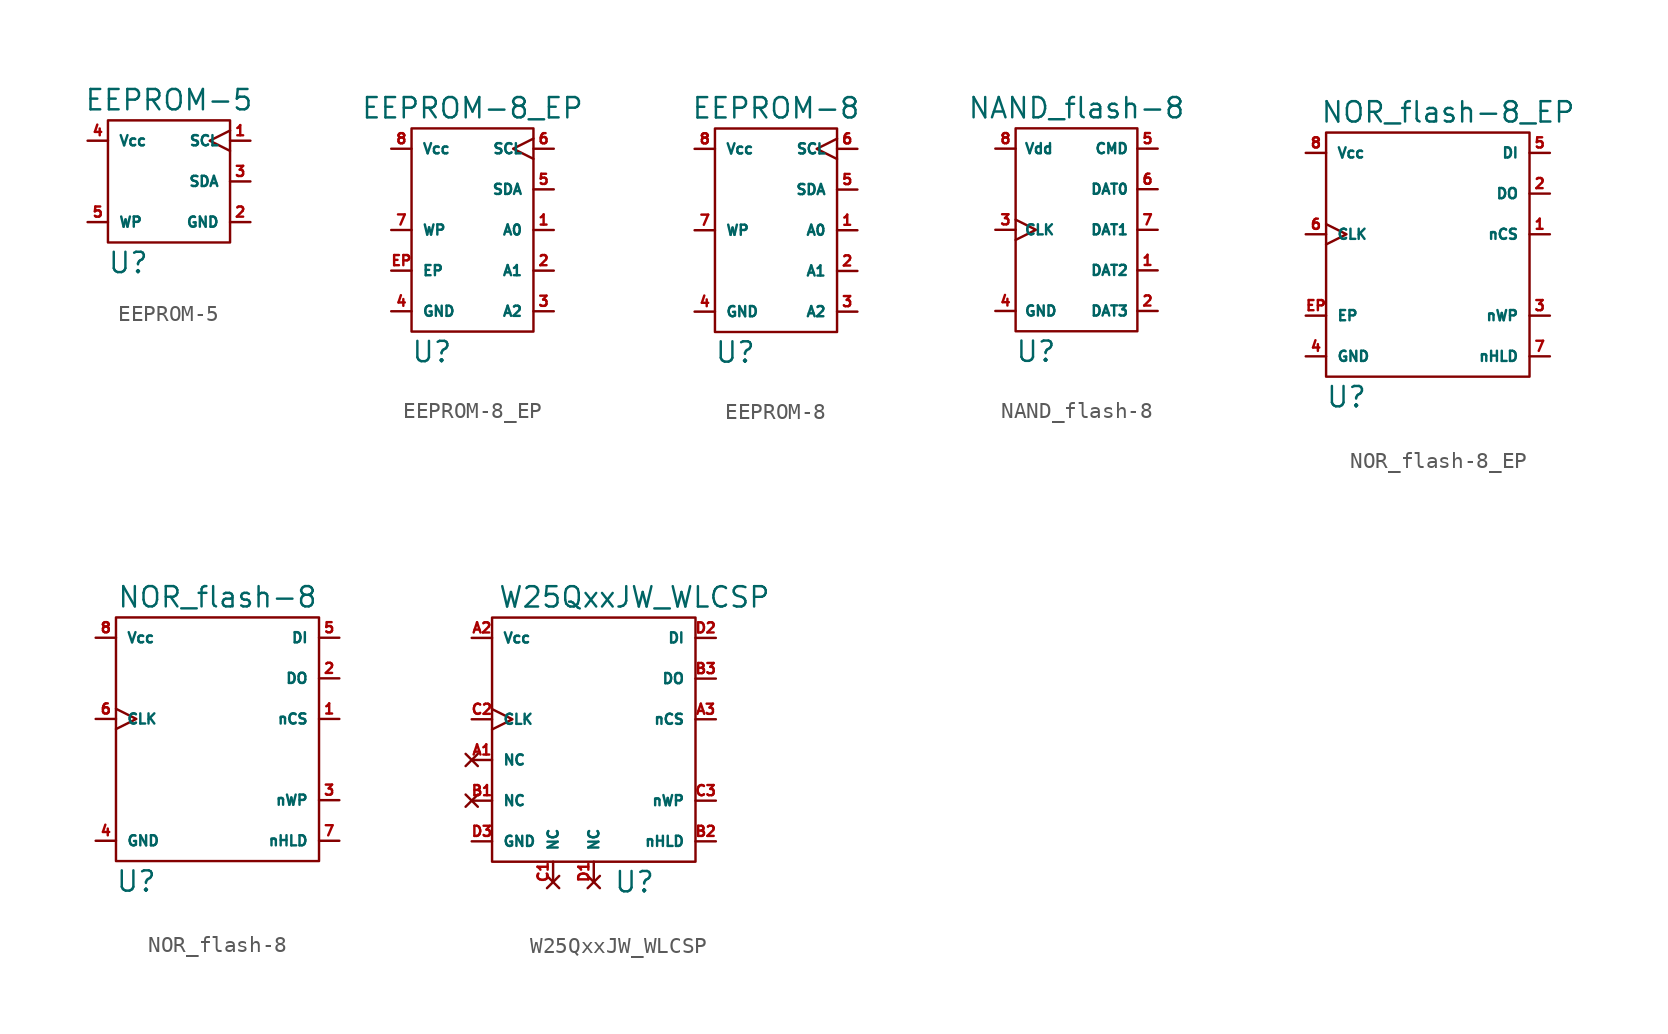
<source format=kicad_sym>
(kicad_symbol_lib
  (version 20211014)
  (generator kicad_symbol_editor)
  (symbol "EEPROM-5"
    (pin_names
      (offset 0.635))
    (property "Reference" "U"
      (at -2.54 -5.08 0)
      (effects (font (size 1.27 1.27))))
    (property "Value" "EEPROM-5"
      (at 0 5.08 0)
      (effects (font (size 1.27 1.27))))
    (symbol "EEPROM-5_0_1"
      (rectangle (start -3.81 3.81) (end 3.81 -3.81) (stroke (width 0) (type default) (color 0 0 0 0)) (fill (type none))))
    (symbol "EEPROM-5_1_1"
      (pin open_collector clock (at 5.08 2.54 180) (length 1.27) (name "SCL" (effects (font (size 0.635 0.635)))) (number "1" (effects (font (size 0.635 0.635)))))
      (pin power_in line (at 5.08 -2.54 180) (length 1.27) (name "GND" (effects (font (size 0.635 0.635)))) (number "2" (effects (font (size 0.635 0.635)))))
      (pin open_collector line (at 5.08 0 180) (length 1.27) (name "SDA" (effects (font (size 0.635 0.635)))) (number "3" (effects (font (size 0.635 0.635)))))
      (pin power_in line (at -5.08 2.54 0) (length 1.27) (name "Vcc" (effects (font (size 0.635 0.635)))) (number "4" (effects (font (size 0.635 0.635)))))
      (pin input line (at -5.08 -2.54 0) (length 1.27) (name "WP" (effects (font (size 0.635 0.635)))) (number "5" (effects (font (size 0.635 0.635)))))))
  (symbol "EEPROM-8_EP"
    (pin_names
      (offset 0.635))
    (property "Reference" "U"
      (at -2.54 -7.62 0)
      (effects (font (size 1.27 1.27))))
    (property "Value" "EEPROM-8_EP"
      (at 0 7.62 0)
      (effects (font (size 1.27 1.27))))
    (symbol "EEPROM-8_EP_0_1"
      (rectangle (start -3.81 6.35) (end 3.81 -6.35) (stroke (width 0) (type default) (color 0 0 0 0)) (fill (type none))))
    (symbol "EEPROM-8_EP_1_1"
      (pin input line (at 5.08 0 180) (length 1.27) (name "A0" (effects (font (size 0.635 0.635)))) (number "1" (effects (font (size 0.635 0.635)))))
      (pin input line (at 5.08 -2.54 180) (length 1.27) (name "A1" (effects (font (size 0.635 0.635)))) (number "2" (effects (font (size 0.635 0.635)))))
      (pin input line (at 5.08 -5.08 180) (length 1.27) (name "A2" (effects (font (size 0.635 0.635)))) (number "3" (effects (font (size 0.635 0.635)))))
      (pin power_in line (at -5.08 -5.08 0) (length 1.27) (name "GND" (effects (font (size 0.635 0.635)))) (number "4" (effects (font (size 0.635 0.635)))))
      (pin open_collector line (at 5.08 2.54 180) (length 1.27) (name "SDA" (effects (font (size 0.635 0.635)))) (number "5" (effects (font (size 0.635 0.635)))))
      (pin open_collector clock (at 5.08 5.08 180) (length 1.27) (name "SCL" (effects (font (size 0.635 0.635)))) (number "6" (effects (font (size 0.635 0.635)))))
      (pin input line (at -5.08 0 0) (length 1.27) (name "WP" (effects (font (size 0.635 0.635)))) (number "7" (effects (font (size 0.635 0.635)))))
      (pin power_in line (at -5.08 5.08 0) (length 1.27) (name "Vcc" (effects (font (size 0.635 0.635)))) (number "8" (effects (font (size 0.635 0.635)))))
      (pin passive line (at -5.08 -2.54 0) (length 1.27) (name "EP" (effects (font (size 0.635 0.635)))) (number "EP" (effects (font (size 0.635 0.635)))))))
  (symbol "EEPROM-8"
    (pin_names
      (offset 0.635))
    (property "Reference" "U"
      (at -2.54 -7.62 0)
      (effects (font (size 1.27 1.27))))
    (property "Value" "EEPROM-8"
      (at 0 7.62 0)
      (effects (font (size 1.27 1.27))))
    (symbol "EEPROM-8_0_1"
      (rectangle (start -3.81 6.35) (end 3.81 -6.35) (stroke (width 0) (type default) (color 0 0 0 0)) (fill (type none))))
    (symbol "EEPROM-8_1_1"
      (pin input line (at 5.08 0 180) (length 1.27) (name "A0" (effects (font (size 0.635 0.635)))) (number "1" (effects (font (size 0.635 0.635)))))
      (pin input line (at 5.08 -2.54 180) (length 1.27) (name "A1" (effects (font (size 0.635 0.635)))) (number "2" (effects (font (size 0.635 0.635)))))
      (pin input line (at 5.08 -5.08 180) (length 1.27) (name "A2" (effects (font (size 0.635 0.635)))) (number "3" (effects (font (size 0.635 0.635)))))
      (pin power_in line (at -5.08 -5.08 0) (length 1.27) (name "GND" (effects (font (size 0.635 0.635)))) (number "4" (effects (font (size 0.635 0.635)))))
      (pin open_collector line (at 5.08 2.54 180) (length 1.27) (name "SDA" (effects (font (size 0.635 0.635)))) (number "5" (effects (font (size 0.635 0.635)))))
      (pin open_collector clock (at 5.08 5.08 180) (length 1.27) (name "SCL" (effects (font (size 0.635 0.635)))) (number "6" (effects (font (size 0.635 0.635)))))
      (pin input line (at -5.08 0 0) (length 1.27) (name "WP" (effects (font (size 0.635 0.635)))) (number "7" (effects (font (size 0.635 0.635)))))
      (pin power_in line (at -5.08 5.08 0) (length 1.27) (name "Vcc" (effects (font (size 0.635 0.635)))) (number "8" (effects (font (size 0.635 0.635)))))))
  (symbol "NAND_flash-8"
    (property "Reference" "U"
      (at -2.54 -7.62 0)
      (effects (font (size 1.27 1.27))))
    (property "Value" "NAND_flash-8"
      (at 0 7.62 0)
      (effects (font (size 1.27 1.27))))
    (symbol "NAND_flash-8_0_1"
      (rectangle (start -3.81 6.35) (end 3.81 -6.35) (stroke (width 0) (type default) (color 0 0 0 0)) (fill (type none))))
    (symbol "NAND_flash-8_1_1"
      (pin bidirectional line (at 5.08 -2.54 180) (length 1.27) (name "DAT2" (effects (font (size 0.635 0.635)))) (number "1" (effects (font (size 0.635 0.635)))) (alternate "RESV" no_connect line))
      (pin bidirectional line (at 5.08 -5.08 180) (length 1.27) (name "DAT3" (effects (font (size 0.635 0.635)))) (number "2" (effects (font (size 0.635 0.635)))) (alternate "nCS" input line))
      (pin input clock (at -5.08 0 0) (length 1.27) (name "CLK" (effects (font (size 0.635 0.635)))) (number "3" (effects (font (size 0.635 0.635)))))
      (pin power_in line (at -5.08 -5.08 0) (length 1.27) (name "GND" (effects (font (size 0.635 0.635)))) (number "4" (effects (font (size 0.635 0.635)))))
      (pin bidirectional line (at 5.08 5.08 180) (length 1.27) (name "CMD" (effects (font (size 0.635 0.635)))) (number "5" (effects (font (size 0.635 0.635)))) (alternate "SDI" input line))
      (pin bidirectional line (at 5.08 2.54 180) (length 1.27) (name "DAT0" (effects (font (size 0.635 0.635)))) (number "6" (effects (font (size 0.635 0.635)))) (alternate "SDO" output line))
      (pin bidirectional line (at 5.08 0 180) (length 1.27) (name "DAT1" (effects (font (size 0.635 0.635)))) (number "7" (effects (font (size 0.635 0.635)))) (alternate "RESV" no_connect line))
      (pin power_in line (at -5.08 5.08 0) (length 1.27) (name "Vdd" (effects (font (size 0.635 0.635)))) (number "8" (effects (font (size 0.635 0.635)))))))
  (symbol "NOR_flash-8_EP"
    (pin_names
      (offset 0.635))
    (property "Reference" "U"
      (at -5.08 -10.16 0)
      (effects (font (size 1.27 1.27))))
    (property "Value" "NOR_flash-8_EP"
      (at 1.27 7.62 0)
      (effects (font (size 1.27 1.27))))
    (symbol "NOR_flash-8_EP_0_1"
      (rectangle (start -6.35 6.35) (end 6.35 -8.89) (stroke (width 0) (type default) (color 0 0 0 0)) (fill (type none))))
    (symbol "NOR_flash-8_EP_1_1"
      (pin input line (at 7.62 0 180) (length 1.27) (name "nCS" (effects (font (size 0.635 0.635)))) (number "1" (effects (font (size 0.635 0.635)))))
      (pin output line (at 7.62 2.54 180) (length 1.27) (name "DO" (effects (font (size 0.635 0.635)))) (number "2" (effects (font (size 0.635 0.635)))) (alternate "IO1" bidirectional line))
      (pin input line (at 7.62 -5.08 180) (length 1.27) (name "nWP" (effects (font (size 0.635 0.635)))) (number "3" (effects (font (size 0.635 0.635)))) (alternate "IO2" bidirectional line))
      (pin power_in line (at -7.62 -7.62 0) (length 1.27) (name "GND" (effects (font (size 0.635 0.635)))) (number "4" (effects (font (size 0.635 0.635)))))
      (pin input line (at 7.62 5.08 180) (length 1.27) (name "DI" (effects (font (size 0.635 0.635)))) (number "5" (effects (font (size 0.635 0.635)))) (alternate "IO0" bidirectional line))
      (pin input clock (at -7.62 0 0) (length 1.27) (name "CLK" (effects (font (size 0.635 0.635)))) (number "6" (effects (font (size 0.635 0.635)))))
      (pin input line (at 7.62 -7.62 180) (length 1.27) (name "nHLD" (effects (font (size 0.635 0.635)))) (number "7" (effects (font (size 0.635 0.635)))) (alternate "IO3" bidirectional line) (alternate "nRST" input line))
      (pin power_in line (at -7.62 5.08 0) (length 1.27) (name "Vcc" (effects (font (size 0.635 0.635)))) (number "8" (effects (font (size 0.635 0.635)))))
      (pin passive line (at -7.62 -5.08 0) (length 1.27) (name "EP" (effects (font (size 0.635 0.635)))) (number "EP" (effects (font (size 0.635 0.635)))))))
  (symbol "NOR_flash-8"
    (pin_names
      (offset 0.635))
    (property "Reference" "U"
      (at -5.08 -10.16 0)
      (effects (font (size 1.27 1.27))))
    (property "Value" "NOR_flash-8"
      (at 0 7.62 0)
      (effects (font (size 1.27 1.27))))
    (symbol "NOR_flash-8_0_1"
      (rectangle (start -6.35 6.35) (end 6.35 -8.89) (stroke (width 0) (type default) (color 0 0 0 0)) (fill (type none))))
    (symbol "NOR_flash-8_1_1"
      (pin input line (at 7.62 0 180) (length 1.27) (name "nCS" (effects (font (size 0.635 0.635)))) (number "1" (effects (font (size 0.635 0.635)))))
      (pin output line (at 7.62 2.54 180) (length 1.27) (name "DO" (effects (font (size 0.635 0.635)))) (number "2" (effects (font (size 0.635 0.635)))) (alternate "IO1" bidirectional line))
      (pin input line (at 7.62 -5.08 180) (length 1.27) (name "nWP" (effects (font (size 0.635 0.635)))) (number "3" (effects (font (size 0.635 0.635)))) (alternate "IO2" bidirectional line))
      (pin power_in line (at -7.62 -7.62 0) (length 1.27) (name "GND" (effects (font (size 0.635 0.635)))) (number "4" (effects (font (size 0.635 0.635)))))
      (pin input line (at 7.62 5.08 180) (length 1.27) (name "DI" (effects (font (size 0.635 0.635)))) (number "5" (effects (font (size 0.635 0.635)))) (alternate "IO0" bidirectional line))
      (pin input clock (at -7.62 0 0) (length 1.27) (name "CLK" (effects (font (size 0.635 0.635)))) (number "6" (effects (font (size 0.635 0.635)))))
      (pin input line (at 7.62 -7.62 180) (length 1.27) (name "nHLD" (effects (font (size 0.635 0.635)))) (number "7" (effects (font (size 0.635 0.635)))) (alternate "IO3" bidirectional line) (alternate "nRST" input line))
      (pin power_in line (at -7.62 5.08 0) (length 1.27) (name "Vcc" (effects (font (size 0.635 0.635)))) (number "8" (effects (font (size 0.635 0.635)))))))
  (symbol "W25QxxJW_WLCSP"
    (pin_names
      (offset 0.635))
    (property "Reference" "U"
      (at 2.54 -10.16 0)
      (effects (font (size 1.27 1.27))))
    (property "Value" "W25QxxJW_WLCSP"
      (at 2.54 7.62 0)
      (effects (font (size 1.27 1.27))))
    (symbol "W25QxxJW_WLCSP_0_1"
      (rectangle (start -6.35 6.35) (end 6.35 -8.89) (stroke (width 0) (type default) (color 0 0 0 0)) (fill (type none))))
    (symbol "W25QxxJW_WLCSP_1_1"
      (pin no_connect line (at -7.62 -2.54 0) (length 1.27) (name "NC" (effects (font (size 0.635 0.635)))) (number "A1" (effects (font (size 0.635 0.635)))))
      (pin power_in line (at -7.62 5.08 0) (length 1.27) (name "Vcc" (effects (font (size 0.635 0.635)))) (number "A2" (effects (font (size 0.635 0.635)))))
      (pin input line (at 7.62 0 180) (length 1.27) (name "nCS" (effects (font (size 0.635 0.635)))) (number "A3" (effects (font (size 0.635 0.635)))))
      (pin no_connect line (at -7.62 -5.08 0) (length 1.27) (name "NC" (effects (font (size 0.635 0.635)))) (number "B1" (effects (font (size 0.635 0.635)))))
      (pin input line (at 7.62 -7.62 180) (length 1.27) (name "nHLD" (effects (font (size 0.635 0.635)))) (number "B2" (effects (font (size 0.635 0.635)))) (alternate "IO3" bidirectional line) (alternate "nRST" input line))
      (pin output line (at 7.62 2.54 180) (length 1.27) (name "DO" (effects (font (size 0.635 0.635)))) (number "B3" (effects (font (size 0.635 0.635)))) (alternate "IO1" bidirectional line))
      (pin no_connect line (at -2.54 -10.16 90) (length 1.27) (name "NC" (effects (font (size 0.635 0.635)))) (number "C1" (effects (font (size 0.635 0.635)))))
      (pin input clock (at -7.62 0 0) (length 1.27) (name "CLK" (effects (font (size 0.635 0.635)))) (number "C2" (effects (font (size 0.635 0.635)))))
      (pin input line (at 7.62 -5.08 180) (length 1.27) (name "nWP" (effects (font (size 0.635 0.635)))) (number "C3" (effects (font (size 0.635 0.635)))) (alternate "IO2" bidirectional line))
      (pin no_connect line (at 0 -10.16 90) (length 1.27) (name "NC" (effects (font (size 0.635 0.635)))) (number "D1" (effects (font (size 0.635 0.635)))))
      (pin input line (at 7.62 5.08 180) (length 1.27) (name "DI" (effects (font (size 0.635 0.635)))) (number "D2" (effects (font (size 0.635 0.635)))) (alternate "IO0" bidirectional line))
      (pin power_in line (at -7.62 -7.62 0) (length 1.27) (name "GND" (effects (font (size 0.635 0.635)))) (number "D3" (effects (font (size 0.635 0.635))))))))
</source>
